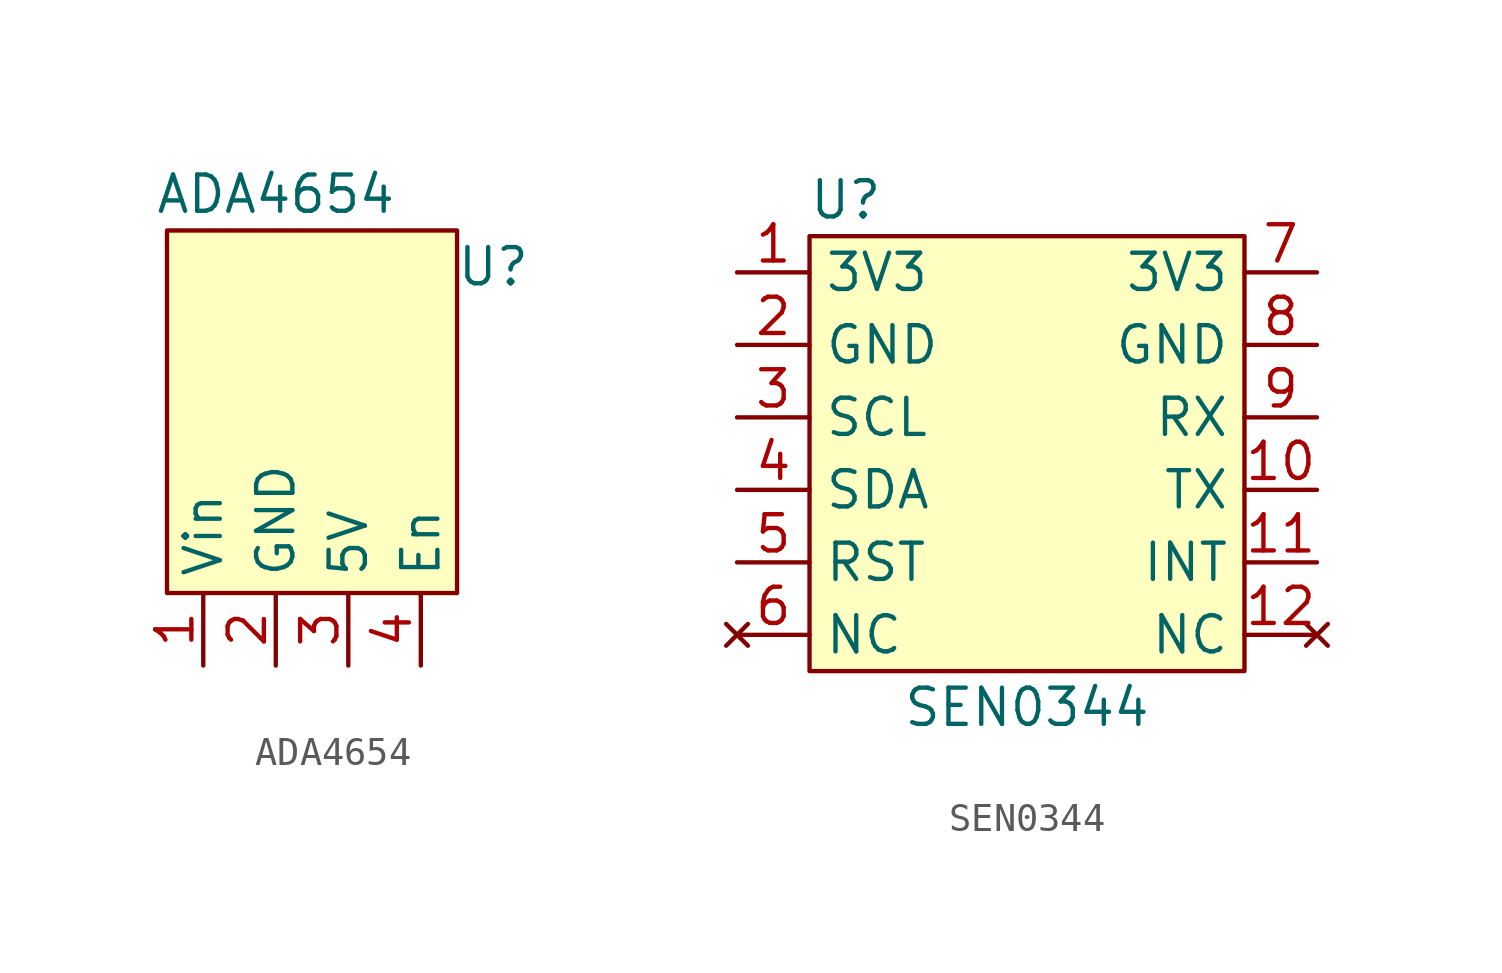
<source format=kicad_sym>
(kicad_symbol_lib
  (version 20211014)
  (generator kicad_symbol_editor)
  (symbol "ADA4654"
    (property "Reference" "U"
      (at 6.35 5.08 0)
      (effects (font (size 1.27 1.27))))
    (property "Value" "ADA4654"
      (at -1.27 7.62 0)
      (effects (font (size 1.27 1.27))))
    (symbol "ADA4654_0_1"
      (rectangle (start -5.08 -6.35) (end 5.08 6.35) (stroke (width 0) (type default) (color 0 0 0 0)) (fill (type background))))
    (symbol "ADA4654_1_1"
      (pin power_in line (at -3.81 -8.89 90) (length 2.54) (name "Vin" (effects (font (size 1.27 1.27)))) (number "1" (effects (font (size 1.27 1.27)))))
      (pin power_in line (at -1.27 -8.89 90) (length 2.54) (name "GND" (effects (font (size 1.27 1.27)))) (number "2" (effects (font (size 1.27 1.27)))))
      (pin power_out line (at 1.27 -8.89 90) (length 2.54) (name "5V" (effects (font (size 1.27 1.27)))) (number "3" (effects (font (size 1.27 1.27)))))
      (pin input line (at 3.81 -8.89 90) (length 2.54) (name "En" (effects (font (size 1.27 1.27)))) (number "4" (effects (font (size 1.27 1.27)))))))
  (symbol "SEN0344"
    (property "Reference" "U"
      (at -6.35 8.89 0)
      (effects (font (size 1.27 1.27))))
    (property "Value" "SEN0344"
      (at 0 -8.89 0)
      (effects (font (size 1.27 1.27))))
    (symbol "SEN0344_0_1"
      (rectangle (start -7.62 7.62) (end 7.62 -7.62) (stroke (width 0) (type default) (color 0 0 0 0)) (fill (type background))))
    (symbol "SEN0344_1_1"
      (pin power_in line (at -10.16 6.35 0) (length 2.54) (name "3V3" (effects (font (size 1.27 1.27)))) (number "1" (effects (font (size 1.27 1.27)))))
      (pin output line (at 10.16 -1.27 180) (length 2.54) (name "TX" (effects (font (size 1.27 1.27)))) (number "10" (effects (font (size 1.27 1.27)))))
      (pin input line (at 10.16 -3.81 180) (length 2.54) (name "INT" (effects (font (size 1.27 1.27)))) (number "11" (effects (font (size 1.27 1.27)))))
      (pin no_connect line (at 10.16 -6.35 180) (length 2.54) (name "NC" (effects (font (size 1.27 1.27)))) (number "12" (effects (font (size 1.27 1.27)))))
      (pin power_in line (at -10.16 3.81 0) (length 2.54) (name "GND" (effects (font (size 1.27 1.27)))) (number "2" (effects (font (size 1.27 1.27)))))
      (pin input line (at -10.16 1.27 0) (length 2.54) (name "SCL" (effects (font (size 1.27 1.27)))) (number "3" (effects (font (size 1.27 1.27)))))
      (pin bidirectional line (at -10.16 -1.27 0) (length 2.54) (name "SDA" (effects (font (size 1.27 1.27)))) (number "4" (effects (font (size 1.27 1.27)))))
      (pin input line (at -10.16 -3.81 0) (length 2.54) (name "RST" (effects (font (size 1.27 1.27)))) (number "5" (effects (font (size 1.27 1.27)))))
      (pin no_connect line (at -10.16 -6.35 0) (length 2.54) (name "NC" (effects (font (size 1.27 1.27)))) (number "6" (effects (font (size 1.27 1.27)))))
      (pin power_in line (at 10.16 6.35 180) (length 2.54) (name "3V3" (effects (font (size 1.27 1.27)))) (number "7" (effects (font (size 1.27 1.27)))))
      (pin power_in line (at 10.16 3.81 180) (length 2.54) (name "GND" (effects (font (size 1.27 1.27)))) (number "8" (effects (font (size 1.27 1.27)))))
      (pin input line (at 10.16 1.27 180) (length 2.54) (name "RX" (effects (font (size 1.27 1.27)))) (number "9" (effects (font (size 1.27 1.27))))))))
</source>
